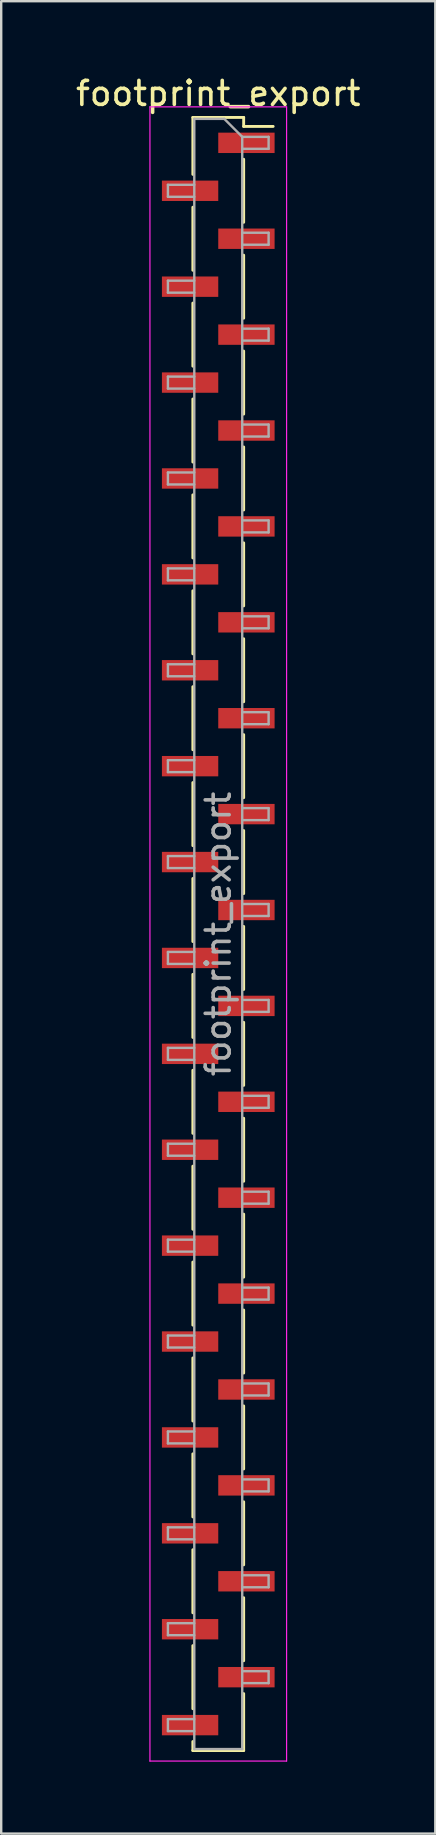
<source format=kicad_pcb>
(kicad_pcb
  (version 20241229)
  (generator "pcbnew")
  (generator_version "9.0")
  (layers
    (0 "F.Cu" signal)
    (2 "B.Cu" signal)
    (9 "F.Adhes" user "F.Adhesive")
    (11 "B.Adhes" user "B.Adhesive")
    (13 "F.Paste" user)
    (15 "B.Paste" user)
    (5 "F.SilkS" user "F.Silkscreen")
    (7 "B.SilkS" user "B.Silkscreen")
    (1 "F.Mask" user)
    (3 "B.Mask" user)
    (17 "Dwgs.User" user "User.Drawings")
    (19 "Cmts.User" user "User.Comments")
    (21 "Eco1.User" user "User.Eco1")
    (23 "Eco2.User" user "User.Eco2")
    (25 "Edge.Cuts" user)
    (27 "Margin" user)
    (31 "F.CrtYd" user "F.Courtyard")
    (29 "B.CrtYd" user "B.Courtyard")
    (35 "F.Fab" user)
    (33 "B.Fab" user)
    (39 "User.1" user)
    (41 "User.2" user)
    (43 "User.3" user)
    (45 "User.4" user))
  (footprint "footprint_export"
    (layer "F.Cu")
    (at 6.054 35.908)
    (property "Reference" "footprint_export" (at 0 -35.06 0) (layer "F.SilkS") (effects (font (size 1 1) (thickness 0.15))))
    (attr smd)
    (fp_line (start -1.06 -34.06) (end -1.06 -31.685) (stroke (width 0.12) (type solid)) (layer "F.SilkS"))
    (fp_line (start -1.06 -34.06) (end 1.06 -34.06) (stroke (width 0.12) (type solid)) (layer "F.SilkS"))
    (fp_line (start -1.06 -30.315) (end -1.06 -27.685) (stroke (width 0.12) (type solid)) (layer "F.SilkS"))
    (fp_line (start -1.06 -26.315) (end -1.06 -23.685) (stroke (width 0.12) (type solid)) (layer "F.SilkS"))
    (fp_line (start -1.06 -22.315) (end -1.06 -19.685) (stroke (width 0.12) (type solid)) (layer "F.SilkS"))
    (fp_line (start -1.06 -18.315) (end -1.06 -15.685) (stroke (width 0.12) (type solid)) (layer "F.SilkS"))
    (fp_line (start -1.06 -14.315) (end -1.06 -11.685) (stroke (width 0.12) (type solid)) (layer "F.SilkS"))
    (fp_line (start -1.06 -10.315) (end -1.06 -7.685) (stroke (width 0.12) (type solid)) (layer "F.SilkS"))
    (fp_line (start -1.06 -6.315) (end -1.06 -3.685) (stroke (width 0.12) (type solid)) (layer "F.SilkS"))
    (fp_line (start -1.06 -2.315) (end -1.06 0.315) (stroke (width 0.12) (type solid)) (layer "F.SilkS"))
    (fp_line (start -1.06 1.685) (end -1.06 4.315) (stroke (width 0.12) (type solid)) (layer "F.SilkS"))
    (fp_line (start -1.06 5.685) (end -1.06 8.315) (stroke (width 0.12) (type solid)) (layer "F.SilkS"))
    (fp_line (start -1.06 9.685) (end -1.06 12.315) (stroke (width 0.12) (type solid)) (layer "F.SilkS"))
    (fp_line (start -1.06 13.685) (end -1.06 16.315) (stroke (width 0.12) (type solid)) (layer "F.SilkS"))
    (fp_line (start -1.06 17.685) (end -1.06 20.315) (stroke (width 0.12) (type solid)) (layer "F.SilkS"))
    (fp_line (start -1.06 21.685) (end -1.06 24.315) (stroke (width 0.12) (type solid)) (layer "F.SilkS"))
    (fp_line (start -1.06 25.685) (end -1.06 28.315) (stroke (width 0.12) (type solid)) (layer "F.SilkS"))
    (fp_line (start -1.06 29.685) (end -1.06 32.315) (stroke (width 0.12) (type solid)) (layer "F.SilkS"))
    (fp_line (start -1.06 33.685) (end -1.06 34.06) (stroke (width 0.12) (type solid)) (layer "F.SilkS"))
    (fp_line (start -1.06 34.06) (end 1.06 34.06) (stroke (width 0.12) (type solid)) (layer "F.SilkS"))
    (fp_line (start 1.06 -34.06) (end 1.06 -33.685) (stroke (width 0.12) (type solid)) (layer "F.SilkS"))
    (fp_line (start 1.06 -33.685) (end 2.29 -33.685) (stroke (width 0.12) (type solid)) (layer "F.SilkS"))
    (fp_line (start 1.06 -32.315) (end 1.06 -29.685) (stroke (width 0.12) (type solid)) (layer "F.SilkS"))
    (fp_line (start 1.06 -28.315) (end 1.06 -25.685) (stroke (width 0.12) (type solid)) (layer "F.SilkS"))
    (fp_line (start 1.06 -24.315) (end 1.06 -21.685) (stroke (width 0.12) (type solid)) (layer "F.SilkS"))
    (fp_line (start 1.06 -20.315) (end 1.06 -17.685) (stroke (width 0.12) (type solid)) (layer "F.SilkS"))
    (fp_line (start 1.06 -16.315) (end 1.06 -13.685) (stroke (width 0.12) (type solid)) (layer "F.SilkS"))
    (fp_line (start 1.06 -12.315) (end 1.06 -9.685) (stroke (width 0.12) (type solid)) (layer "F.SilkS"))
    (fp_line (start 1.06 -8.315) (end 1.06 -5.685) (stroke (width 0.12) (type solid)) (layer "F.SilkS"))
    (fp_line (start 1.06 -4.315) (end 1.06 -1.685) (stroke (width 0.12) (type solid)) (layer "F.SilkS"))
    (fp_line (start 1.06 -0.315) (end 1.06 2.315) (stroke (width 0.12) (type solid)) (layer "F.SilkS"))
    (fp_line (start 1.06 3.685) (end 1.06 6.315) (stroke (width 0.12) (type solid)) (layer "F.SilkS"))
    (fp_line (start 1.06 7.685) (end 1.06 10.315) (stroke (width 0.12) (type solid)) (layer "F.SilkS"))
    (fp_line (start 1.06 11.685) (end 1.06 14.315) (stroke (width 0.12) (type solid)) (layer "F.SilkS"))
    (fp_line (start 1.06 15.685) (end 1.06 18.315) (stroke (width 0.12) (type solid)) (layer "F.SilkS"))
    (fp_line (start 1.06 19.685) (end 1.06 22.315) (stroke (width 0.12) (type solid)) (layer "F.SilkS"))
    (fp_line (start 1.06 23.685) (end 1.06 26.315) (stroke (width 0.12) (type solid)) (layer "F.SilkS"))
    (fp_line (start 1.06 27.685) (end 1.06 30.315) (stroke (width 0.12) (type solid)) (layer "F.SilkS"))
    (fp_line (start 1.06 31.685) (end 1.06 34.06) (stroke (width 0.12) (type solid)) (layer "F.SilkS"))
    (fp_line (start -2.85 -34.5) (end -2.85 34.5) (stroke (width 0.05) (type solid)) (layer "F.CrtYd"))
    (fp_line (start -2.85 34.5) (end 2.85 34.5) (stroke (width 0.05) (type solid)) (layer "F.CrtYd"))
    (fp_line (start 2.85 -34.5) (end -2.85 -34.5) (stroke (width 0.05) (type solid)) (layer "F.CrtYd"))
    (fp_line (start 2.85 34.5) (end 2.85 -34.5) (stroke (width 0.05) (type solid)) (layer "F.CrtYd"))
    (fp_line (start -2.1 -31.25) (end -2.1 -30.75) (stroke (width 0.1) (type solid)) (layer "F.Fab"))
    (fp_line (start -2.1 -30.75) (end -1 -30.75) (stroke (width 0.1) (type solid)) (layer "F.Fab"))
    (fp_line (start -2.1 -27.25) (end -2.1 -26.75) (stroke (width 0.1) (type solid)) (layer "F.Fab"))
    (fp_line (start -2.1 -26.75) (end -1 -26.75) (stroke (width 0.1) (type solid)) (layer "F.Fab"))
    (fp_line (start -2.1 -23.25) (end -2.1 -22.75) (stroke (width 0.1) (type solid)) (layer "F.Fab"))
    (fp_line (start -2.1 -22.75) (end -1 -22.75) (stroke (width 0.1) (type solid)) (layer "F.Fab"))
    (fp_line (start -2.1 -19.25) (end -2.1 -18.75) (stroke (width 0.1) (type solid)) (layer "F.Fab"))
    (fp_line (start -2.1 -18.75) (end -1 -18.75) (stroke (width 0.1) (type solid)) (layer "F.Fab"))
    (fp_line (start -2.1 -15.25) (end -2.1 -14.75) (stroke (width 0.1) (type solid)) (layer "F.Fab"))
    (fp_line (start -2.1 -14.75) (end -1 -14.75) (stroke (width 0.1) (type solid)) (layer "F.Fab"))
    (fp_line (start -2.1 -11.25) (end -2.1 -10.75) (stroke (width 0.1) (type solid)) (layer "F.Fab"))
    (fp_line (start -2.1 -10.75) (end -1 -10.75) (stroke (width 0.1) (type solid)) (layer "F.Fab"))
    (fp_line (start -2.1 -7.25) (end -2.1 -6.75) (stroke (width 0.1) (type solid)) (layer "F.Fab"))
    (fp_line (start -2.1 -6.75) (end -1 -6.75) (stroke (width 0.1) (type solid)) (layer "F.Fab"))
    (fp_line (start -2.1 -3.25) (end -2.1 -2.75) (stroke (width 0.1) (type solid)) (layer "F.Fab"))
    (fp_line (start -2.1 -2.75) (end -1 -2.75) (stroke (width 0.1) (type solid)) (layer "F.Fab"))
    (fp_line (start -2.1 0.75) (end -2.1 1.25) (stroke (width 0.1) (type solid)) (layer "F.Fab"))
    (fp_line (start -2.1 1.25) (end -1 1.25) (stroke (width 0.1) (type solid)) (layer "F.Fab"))
    (fp_line (start -2.1 4.75) (end -2.1 5.25) (stroke (width 0.1) (type solid)) (layer "F.Fab"))
    (fp_line (start -2.1 5.25) (end -1 5.25) (stroke (width 0.1) (type solid)) (layer "F.Fab"))
    (fp_line (start -2.1 8.75) (end -2.1 9.25) (stroke (width 0.1) (type solid)) (layer "F.Fab"))
    (fp_line (start -2.1 9.25) (end -1 9.25) (stroke (width 0.1) (type solid)) (layer "F.Fab"))
    (fp_line (start -2.1 12.75) (end -2.1 13.25) (stroke (width 0.1) (type solid)) (layer "F.Fab"))
    (fp_line (start -2.1 13.25) (end -1 13.25) (stroke (width 0.1) (type solid)) (layer "F.Fab"))
    (fp_line (start -2.1 16.75) (end -2.1 17.25) (stroke (width 0.1) (type solid)) (layer "F.Fab"))
    (fp_line (start -2.1 17.25) (end -1 17.25) (stroke (width 0.1) (type solid)) (layer "F.Fab"))
    (fp_line (start -2.1 20.75) (end -2.1 21.25) (stroke (width 0.1) (type solid)) (layer "F.Fab"))
    (fp_line (start -2.1 21.25) (end -1 21.25) (stroke (width 0.1) (type solid)) (layer "F.Fab"))
    (fp_line (start -2.1 24.75) (end -2.1 25.25) (stroke (width 0.1) (type solid)) (layer "F.Fab"))
    (fp_line (start -2.1 25.25) (end -1 25.25) (stroke (width 0.1) (type solid)) (layer "F.Fab"))
    (fp_line (start -2.1 28.75) (end -2.1 29.25) (stroke (width 0.1) (type solid)) (layer "F.Fab"))
    (fp_line (start -2.1 29.25) (end -1 29.25) (stroke (width 0.1) (type solid)) (layer "F.Fab"))
    (fp_line (start -2.1 32.75) (end -2.1 33.25) (stroke (width 0.1) (type solid)) (layer "F.Fab"))
    (fp_line (start -2.1 33.25) (end -1 33.25) (stroke (width 0.1) (type solid)) (layer "F.Fab"))
    (fp_line (start -1 -34) (end -1 34) (stroke (width 0.1) (type solid)) (layer "F.Fab"))
    (fp_line (start -1 -34) (end 0.25 -34) (stroke (width 0.1) (type solid)) (layer "F.Fab"))
    (fp_line (start -1 -31.25) (end -2.1 -31.25) (stroke (width 0.1) (type solid)) (layer "F.Fab"))
    (fp_line (start -1 -27.25) (end -2.1 -27.25) (stroke (width 0.1) (type solid)) (layer "F.Fab"))
    (fp_line (start -1 -23.25) (end -2.1 -23.25) (stroke (width 0.1) (type solid)) (layer "F.Fab"))
    (fp_line (start -1 -19.25) (end -2.1 -19.25) (stroke (width 0.1) (type solid)) (layer "F.Fab"))
    (fp_line (start -1 -15.25) (end -2.1 -15.25) (stroke (width 0.1) (type solid)) (layer "F.Fab"))
    (fp_line (start -1 -11.25) (end -2.1 -11.25) (stroke (width 0.1) (type solid)) (layer "F.Fab"))
    (fp_line (start -1 -7.25) (end -2.1 -7.25) (stroke (width 0.1) (type solid)) (layer "F.Fab"))
    (fp_line (start -1 -3.25) (end -2.1 -3.25) (stroke (width 0.1) (type solid)) (layer "F.Fab"))
    (fp_line (start -1 0.75) (end -2.1 0.75) (stroke (width 0.1) (type solid)) (layer "F.Fab"))
    (fp_line (start -1 4.75) (end -2.1 4.75) (stroke (width 0.1) (type solid)) (layer "F.Fab"))
    (fp_line (start -1 8.75) (end -2.1 8.75) (stroke (width 0.1) (type solid)) (layer "F.Fab"))
    (fp_line (start -1 12.75) (end -2.1 12.75) (stroke (width 0.1) (type solid)) (layer "F.Fab"))
    (fp_line (start -1 16.75) (end -2.1 16.75) (stroke (width 0.1) (type solid)) (layer "F.Fab"))
    (fp_line (start -1 20.75) (end -2.1 20.75) (stroke (width 0.1) (type solid)) (layer "F.Fab"))
    (fp_line (start -1 24.75) (end -2.1 24.75) (stroke (width 0.1) (type solid)) (layer "F.Fab"))
    (fp_line (start -1 28.75) (end -2.1 28.75) (stroke (width 0.1) (type solid)) (layer "F.Fab"))
    (fp_line (start -1 32.75) (end -2.1 32.75) (stroke (width 0.1) (type solid)) (layer "F.Fab"))
    (fp_line (start 1 -33.25) (end 0.25 -34) (stroke (width 0.1) (type solid)) (layer "F.Fab"))
    (fp_line (start 1 -33.25) (end 2.1 -33.25) (stroke (width 0.1) (type solid)) (layer "F.Fab"))
    (fp_line (start 1 -29.25) (end 2.1 -29.25) (stroke (width 0.1) (type solid)) (layer "F.Fab"))
    (fp_line (start 1 -25.25) (end 2.1 -25.25) (stroke (width 0.1) (type solid)) (layer "F.Fab"))
    (fp_line (start 1 -21.25) (end 2.1 -21.25) (stroke (width 0.1) (type solid)) (layer "F.Fab"))
    (fp_line (start 1 -17.25) (end 2.1 -17.25) (stroke (width 0.1) (type solid)) (layer "F.Fab"))
    (fp_line (start 1 -13.25) (end 2.1 -13.25) (stroke (width 0.1) (type solid)) (layer "F.Fab"))
    (fp_line (start 1 -9.25) (end 2.1 -9.25) (stroke (width 0.1) (type solid)) (layer "F.Fab"))
    (fp_line (start 1 -5.25) (end 2.1 -5.25) (stroke (width 0.1) (type solid)) (layer "F.Fab"))
    (fp_line (start 1 -1.25) (end 2.1 -1.25) (stroke (width 0.1) (type solid)) (layer "F.Fab"))
    (fp_line (start 1 2.75) (end 2.1 2.75) (stroke (width 0.1) (type solid)) (layer "F.Fab"))
    (fp_line (start 1 6.75) (end 2.1 6.75) (stroke (width 0.1) (type solid)) (layer "F.Fab"))
    (fp_line (start 1 10.75) (end 2.1 10.75) (stroke (width 0.1) (type solid)) (layer "F.Fab"))
    (fp_line (start 1 14.75) (end 2.1 14.75) (stroke (width 0.1) (type solid)) (layer "F.Fab"))
    (fp_line (start 1 18.75) (end 2.1 18.75) (stroke (width 0.1) (type solid)) (layer "F.Fab"))
    (fp_line (start 1 22.75) (end 2.1 22.75) (stroke (width 0.1) (type solid)) (layer "F.Fab"))
    (fp_line (start 1 26.75) (end 2.1 26.75) (stroke (width 0.1) (type solid)) (layer "F.Fab"))
    (fp_line (start 1 30.75) (end 2.1 30.75) (stroke (width 0.1) (type solid)) (layer "F.Fab"))
    (fp_line (start 1 34) (end -1 34) (stroke (width 0.1) (type solid)) (layer "F.Fab"))
    (fp_line (start 1 34) (end 1 -33.25) (stroke (width 0.1) (type solid)) (layer "F.Fab"))
    (fp_line (start 2.1 -33.25) (end 2.1 -32.75) (stroke (width 0.1) (type solid)) (layer "F.Fab"))
    (fp_line (start 2.1 -32.75) (end 1 -32.75) (stroke (width 0.1) (type solid)) (layer "F.Fab"))
    (fp_line (start 2.1 -29.25) (end 2.1 -28.75) (stroke (width 0.1) (type solid)) (layer "F.Fab"))
    (fp_line (start 2.1 -28.75) (end 1 -28.75) (stroke (width 0.1) (type solid)) (layer "F.Fab"))
    (fp_line (start 2.1 -25.25) (end 2.1 -24.75) (stroke (width 0.1) (type solid)) (layer "F.Fab"))
    (fp_line (start 2.1 -24.75) (end 1 -24.75) (stroke (width 0.1) (type solid)) (layer "F.Fab"))
    (fp_line (start 2.1 -21.25) (end 2.1 -20.75) (stroke (width 0.1) (type solid)) (layer "F.Fab"))
    (fp_line (start 2.1 -20.75) (end 1 -20.75) (stroke (width 0.1) (type solid)) (layer "F.Fab"))
    (fp_line (start 2.1 -17.25) (end 2.1 -16.75) (stroke (width 0.1) (type solid)) (layer "F.Fab"))
    (fp_line (start 2.1 -16.75) (end 1 -16.75) (stroke (width 0.1) (type solid)) (layer "F.Fab"))
    (fp_line (start 2.1 -13.25) (end 2.1 -12.75) (stroke (width 0.1) (type solid)) (layer "F.Fab"))
    (fp_line (start 2.1 -12.75) (end 1 -12.75) (stroke (width 0.1) (type solid)) (layer "F.Fab"))
    (fp_line (start 2.1 -9.25) (end 2.1 -8.75) (stroke (width 0.1) (type solid)) (layer "F.Fab"))
    (fp_line (start 2.1 -8.75) (end 1 -8.75) (stroke (width 0.1) (type solid)) (layer "F.Fab"))
    (fp_line (start 2.1 -5.25) (end 2.1 -4.75) (stroke (width 0.1) (type solid)) (layer "F.Fab"))
    (fp_line (start 2.1 -4.75) (end 1 -4.75) (stroke (width 0.1) (type solid)) (layer "F.Fab"))
    (fp_line (start 2.1 -1.25) (end 2.1 -0.75) (stroke (width 0.1) (type solid)) (layer "F.Fab"))
    (fp_line (start 2.1 -0.75) (end 1 -0.75) (stroke (width 0.1) (type solid)) (layer "F.Fab"))
    (fp_line (start 2.1 2.75) (end 2.1 3.25) (stroke (width 0.1) (type solid)) (layer "F.Fab"))
    (fp_line (start 2.1 3.25) (end 1 3.25) (stroke (width 0.1) (type solid)) (layer "F.Fab"))
    (fp_line (start 2.1 6.75) (end 2.1 7.25) (stroke (width 0.1) (type solid)) (layer "F.Fab"))
    (fp_line (start 2.1 7.25) (end 1 7.25) (stroke (width 0.1) (type solid)) (layer "F.Fab"))
    (fp_line (start 2.1 10.75) (end 2.1 11.25) (stroke (width 0.1) (type solid)) (layer "F.Fab"))
    (fp_line (start 2.1 11.25) (end 1 11.25) (stroke (width 0.1) (type solid)) (layer "F.Fab"))
    (fp_line (start 2.1 14.75) (end 2.1 15.25) (stroke (width 0.1) (type solid)) (layer "F.Fab"))
    (fp_line (start 2.1 15.25) (end 1 15.25) (stroke (width 0.1) (type solid)) (layer "F.Fab"))
    (fp_line (start 2.1 18.75) (end 2.1 19.25) (stroke (width 0.1) (type solid)) (layer "F.Fab"))
    (fp_line (start 2.1 19.25) (end 1 19.25) (stroke (width 0.1) (type solid)) (layer "F.Fab"))
    (fp_line (start 2.1 22.75) (end 2.1 23.25) (stroke (width 0.1) (type solid)) (layer "F.Fab"))
    (fp_line (start 2.1 23.25) (end 1 23.25) (stroke (width 0.1) (type solid)) (layer "F.Fab"))
    (fp_line (start 2.1 26.75) (end 2.1 27.25) (stroke (width 0.1) (type solid)) (layer "F.Fab"))
    (fp_line (start 2.1 27.25) (end 1 27.25) (stroke (width 0.1) (type solid)) (layer "F.Fab"))
    (fp_line (start 2.1 30.75) (end 2.1 31.25) (stroke (width 0.1) (type solid)) (layer "F.Fab"))
    (fp_line (start 2.1 31.25) (end 1 31.25) (stroke (width 0.1) (type solid)) (layer "F.Fab"))
    (fp_text user "${REFERENCE}" (at 0 0 90) (layer "F.Fab") (effects (font (size 1 1) (thickness 0.15))))
    (pad "1" smd rect (at 1.175 -33) (size 2.35 0.85) (layers "F.Cu" "F.Mask" "F.Paste"))
    (pad "2" smd rect (at -1.175 -31) (size 2.35 0.85) (layers "F.Cu" "F.Mask" "F.Paste"))
    (pad "3" smd rect (at 1.175 -29) (size 2.35 0.85) (layers "F.Cu" "F.Mask" "F.Paste"))
    (pad "4" smd rect (at -1.175 -27) (size 2.35 0.85) (layers "F.Cu" "F.Mask" "F.Paste"))
    (pad "5" smd rect (at 1.175 -25) (size 2.35 0.85) (layers "F.Cu" "F.Mask" "F.Paste"))
    (pad "6" smd rect (at -1.175 -23) (size 2.35 0.85) (layers "F.Cu" "F.Mask" "F.Paste"))
    (pad "7" smd rect (at 1.175 -21) (size 2.35 0.85) (layers "F.Cu" "F.Mask" "F.Paste"))
    (pad "8" smd rect (at -1.175 -19) (size 2.35 0.85) (layers "F.Cu" "F.Mask" "F.Paste"))
    (pad "9" smd rect (at 1.175 -17) (size 2.35 0.85) (layers "F.Cu" "F.Mask" "F.Paste"))
    (pad "10" smd rect (at -1.175 -15) (size 2.35 0.85) (layers "F.Cu" "F.Mask" "F.Paste"))
    (pad "11" smd rect (at 1.175 -13) (size 2.35 0.85) (layers "F.Cu" "F.Mask" "F.Paste"))
    (pad "12" smd rect (at -1.175 -11) (size 2.35 0.85) (layers "F.Cu" "F.Mask" "F.Paste"))
    (pad "13" smd rect (at 1.175 -9) (size 2.35 0.85) (layers "F.Cu" "F.Mask" "F.Paste"))
    (pad "14" smd rect (at -1.175 -7) (size 2.35 0.85) (layers "F.Cu" "F.Mask" "F.Paste"))
    (pad "15" smd rect (at 1.175 -5) (size 2.35 0.85) (layers "F.Cu" "F.Mask" "F.Paste"))
    (pad "16" smd rect (at -1.175 -3) (size 2.35 0.85) (layers "F.Cu" "F.Mask" "F.Paste"))
    (pad "17" smd rect (at 1.175 -1) (size 2.35 0.85) (layers "F.Cu" "F.Mask" "F.Paste"))
    (pad "18" smd rect (at -1.175 1) (size 2.35 0.85) (layers "F.Cu" "F.Mask" "F.Paste"))
    (pad "19" smd rect (at 1.175 3) (size 2.35 0.85) (layers "F.Cu" "F.Mask" "F.Paste"))
    (pad "20" smd rect (at -1.175 5) (size 2.35 0.85) (layers "F.Cu" "F.Mask" "F.Paste"))
    (pad "21" smd rect (at 1.175 7) (size 2.35 0.85) (layers "F.Cu" "F.Mask" "F.Paste"))
    (pad "22" smd rect (at -1.175 9) (size 2.35 0.85) (layers "F.Cu" "F.Mask" "F.Paste"))
    (pad "23" smd rect (at 1.175 11) (size 2.35 0.85) (layers "F.Cu" "F.Mask" "F.Paste"))
    (pad "24" smd rect (at -1.175 13) (size 2.35 0.85) (layers "F.Cu" "F.Mask" "F.Paste"))
    (pad "25" smd rect (at 1.175 15) (size 2.35 0.85) (layers "F.Cu" "F.Mask" "F.Paste"))
    (pad "26" smd rect (at -1.175 17) (size 2.35 0.85) (layers "F.Cu" "F.Mask" "F.Paste"))
    (pad "27" smd rect (at 1.175 19) (size 2.35 0.85) (layers "F.Cu" "F.Mask" "F.Paste"))
    (pad "28" smd rect (at -1.175 21) (size 2.35 0.85) (layers "F.Cu" "F.Mask" "F.Paste"))
    (pad "29" smd rect (at 1.175 23) (size 2.35 0.85) (layers "F.Cu" "F.Mask" "F.Paste"))
    (pad "30" smd rect (at -1.175 25) (size 2.35 0.85) (layers "F.Cu" "F.Mask" "F.Paste"))
    (pad "31" smd rect (at 1.175 27) (size 2.35 0.85) (layers "F.Cu" "F.Mask" "F.Paste"))
    (pad "32" smd rect (at -1.175 29) (size 2.35 0.85) (layers "F.Cu" "F.Mask" "F.Paste"))
    (pad "33" smd rect (at 1.175 31) (size 2.35 0.85) (layers "F.Cu" "F.Mask" "F.Paste"))
    (pad "34" smd rect (at -1.175 33) (size 2.35 0.85) (layers "F.Cu" "F.Mask" "F.Paste")))
  (gr_rect
    (start -3 -3)
    (end 15.107 73.433)
    (stroke (width 0.1) (type default))
    (fill no)
    (layer "Edge.Cuts")))
</source>
